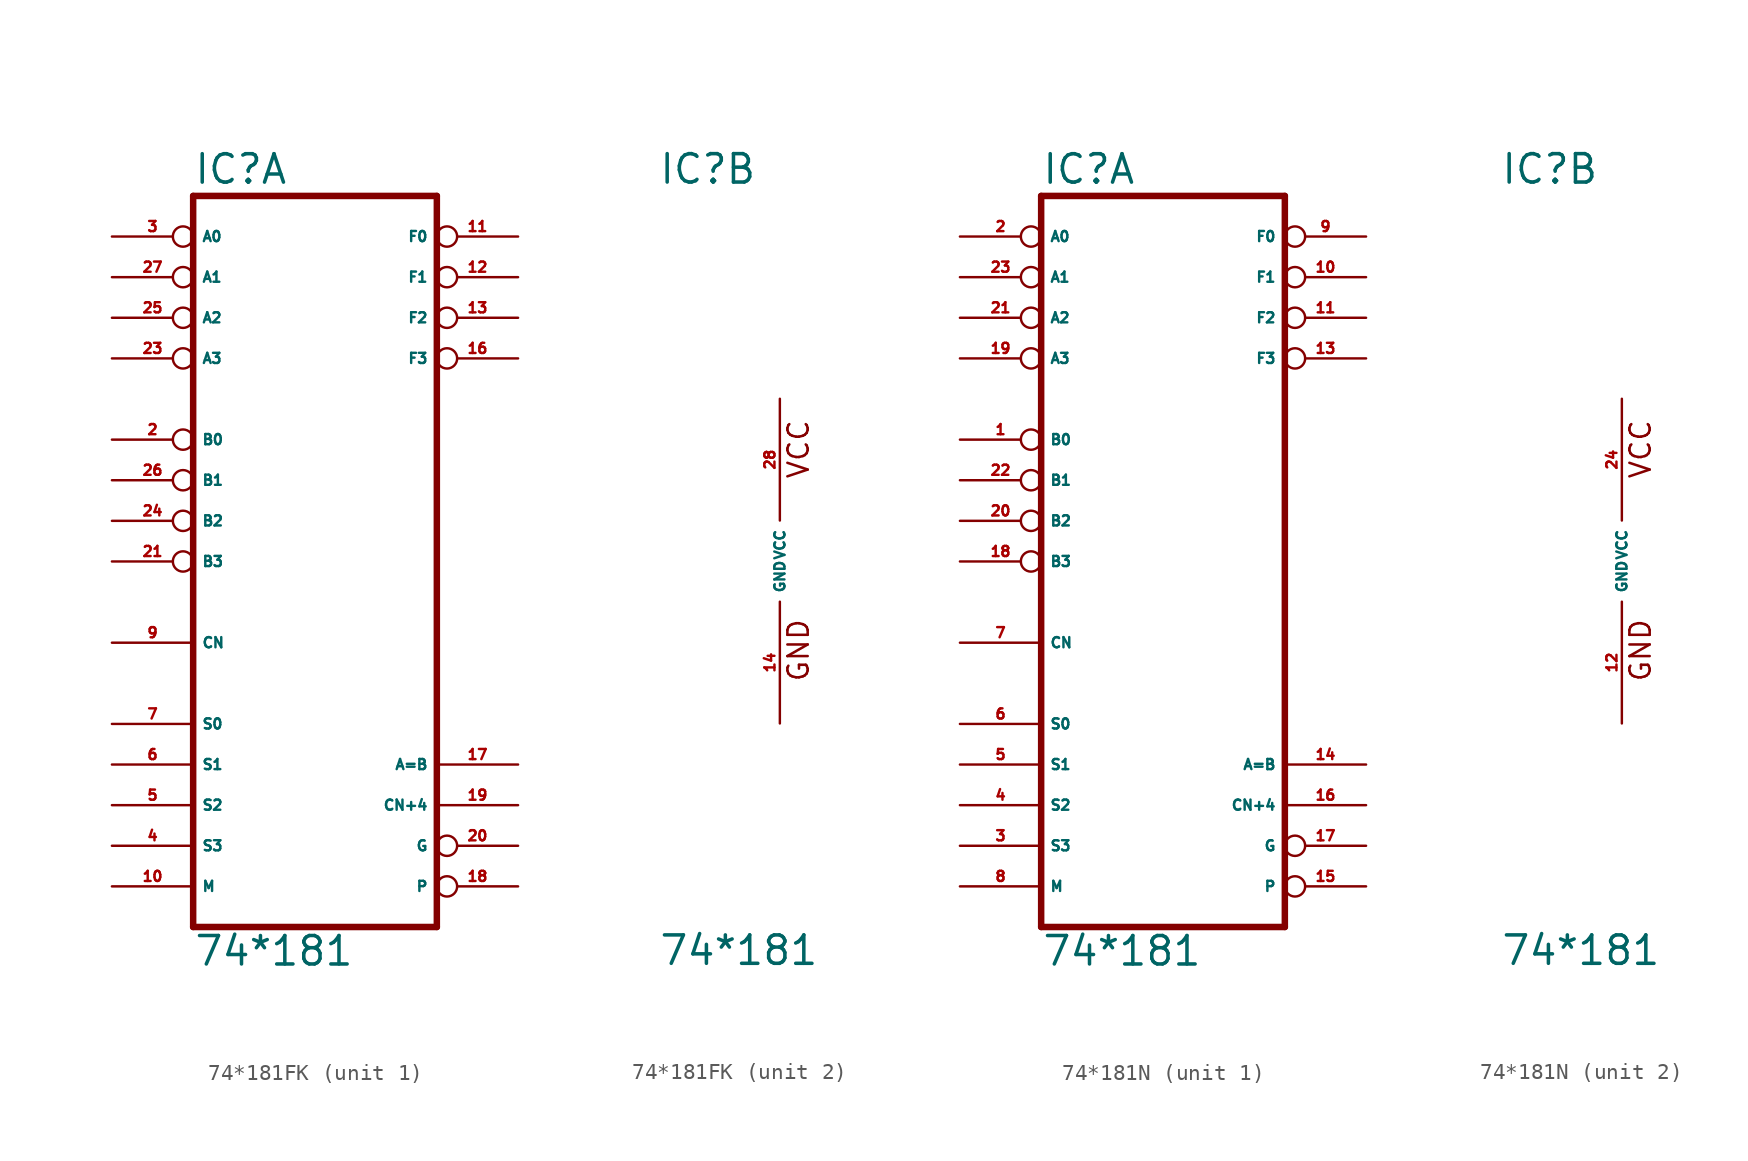
<source format=kicad_sym>
(kicad_symbol_lib
  (version 20220914)
  (generator Eagle2Kicad)
  (symbol "74*181FK"
    (property "Reference" "IC"
      (at -7.62 23.495 0)
      (effects (font (size 1.778 1.778) (thickness 0.22)) (justify left bottom)))
    (property "Value" "74*181"
      (at -7.62 -25.4 0)
      (effects (font (size 1.778 1.778) (thickness 0.22)) (justify left bottom)))
    (symbol "74*181FK_1_0"
      (polyline (pts (xy -7.62 -22.86) (xy 7.62 -22.86)) (stroke (width 0.406) (type default)) (fill (type none)))
      (polyline (pts (xy 7.62 -22.86) (xy 7.62 22.86)) (stroke (width 0.406) (type default)) (fill (type none)))
      (polyline (pts (xy 7.62 22.86) (xy -7.62 22.86)) (stroke (width 0.406) (type default)) (fill (type none)))
      (polyline (pts (xy -7.62 22.86) (xy -7.62 -22.86)) (stroke (width 0.406) (type default)) (fill (type none)))
      (pin input inverted (at -12.7 7.62 0) (length 5.08) (name "B0" (effects (font (size 0.635 0.635) (thickness 0.08)) (justify left bottom))) (number "2" (effects (font (size 0.635 0.635) (thickness 0.08)) (justify left bottom))))
      (pin input inverted (at -12.7 20.32 0) (length 5.08) (name "A0" (effects (font (size 0.635 0.635) (thickness 0.08)) (justify left bottom))) (number "3" (effects (font (size 0.635 0.635) (thickness 0.08)) (justify left bottom))))
      (pin input line (at -12.7 -17.78 0) (length 5.08) (name "S3" (effects (font (size 0.635 0.635) (thickness 0.08)) (justify left bottom))) (number "4" (effects (font (size 0.635 0.635) (thickness 0.08)) (justify left bottom))))
      (pin input line (at -12.7 -15.24 0) (length 5.08) (name "S2" (effects (font (size 0.635 0.635) (thickness 0.08)) (justify left bottom))) (number "5" (effects (font (size 0.635 0.635) (thickness 0.08)) (justify left bottom))))
      (pin input line (at -12.7 -12.7 0) (length 5.08) (name "S1" (effects (font (size 0.635 0.635) (thickness 0.08)) (justify left bottom))) (number "6" (effects (font (size 0.635 0.635) (thickness 0.08)) (justify left bottom))))
      (pin input line (at -12.7 -10.16 0) (length 5.08) (name "S0" (effects (font (size 0.635 0.635) (thickness 0.08)) (justify left bottom))) (number "7" (effects (font (size 0.635 0.635) (thickness 0.08)) (justify left bottom))))
      (pin input line (at -12.7 -5.08 0) (length 5.08) (name "CN" (effects (font (size 0.635 0.635) (thickness 0.08)) (justify left bottom))) (number "9" (effects (font (size 0.635 0.635) (thickness 0.08)) (justify left bottom))))
      (pin input line (at -12.7 -20.32 0) (length 5.08) (name "M" (effects (font (size 0.635 0.635) (thickness 0.08)) (justify left bottom))) (number "10" (effects (font (size 0.635 0.635) (thickness 0.08)) (justify left bottom))))
      (pin output inverted (at 12.7 20.32 180) (length 5.08) (name "F0" (effects (font (size 0.635 0.635) (thickness 0.08)) (justify left bottom))) (number "11" (effects (font (size 0.635 0.635) (thickness 0.08)) (justify left bottom))))
      (pin output inverted (at 12.7 17.78 180) (length 5.08) (name "F1" (effects (font (size 0.635 0.635) (thickness 0.08)) (justify left bottom))) (number "12" (effects (font (size 0.635 0.635) (thickness 0.08)) (justify left bottom))))
      (pin output inverted (at 12.7 15.24 180) (length 5.08) (name "F2" (effects (font (size 0.635 0.635) (thickness 0.08)) (justify left bottom))) (number "13" (effects (font (size 0.635 0.635) (thickness 0.08)) (justify left bottom))))
      (pin output inverted (at 12.7 12.7 180) (length 5.08) (name "F3" (effects (font (size 0.635 0.635) (thickness 0.08)) (justify left bottom))) (number "16" (effects (font (size 0.635 0.635) (thickness 0.08)) (justify left bottom))))
      (pin output line (at 12.7 -12.7 180) (length 5.08) (name "A=B" (effects (font (size 0.635 0.635) (thickness 0.08)) (justify left bottom))) (number "17" (effects (font (size 0.635 0.635) (thickness 0.08)) (justify left bottom))))
      (pin output inverted (at 12.7 -20.32 180) (length 5.08) (name "P" (effects (font (size 0.635 0.635) (thickness 0.08)) (justify left bottom))) (number "18" (effects (font (size 0.635 0.635) (thickness 0.08)) (justify left bottom))))
      (pin output line (at 12.7 -15.24 180) (length 5.08) (name "CN+4" (effects (font (size 0.635 0.635) (thickness 0.08)) (justify left bottom))) (number "19" (effects (font (size 0.635 0.635) (thickness 0.08)) (justify left bottom))))
      (pin output inverted (at 12.7 -17.78 180) (length 5.08) (name "G" (effects (font (size 0.635 0.635) (thickness 0.08)) (justify left bottom))) (number "20" (effects (font (size 0.635 0.635) (thickness 0.08)) (justify left bottom))))
      (pin input inverted (at -12.7 0 0) (length 5.08) (name "B3" (effects (font (size 0.635 0.635) (thickness 0.08)) (justify left bottom))) (number "21" (effects (font (size 0.635 0.635) (thickness 0.08)) (justify left bottom))))
      (pin input inverted (at -12.7 12.7 0) (length 5.08) (name "A3" (effects (font (size 0.635 0.635) (thickness 0.08)) (justify left bottom))) (number "23" (effects (font (size 0.635 0.635) (thickness 0.08)) (justify left bottom))))
      (pin input inverted (at -12.7 2.54 0) (length 5.08) (name "B2" (effects (font (size 0.635 0.635) (thickness 0.08)) (justify left bottom))) (number "24" (effects (font (size 0.635 0.635) (thickness 0.08)) (justify left bottom))))
      (pin input inverted (at -12.7 15.24 0) (length 5.08) (name "A2" (effects (font (size 0.635 0.635) (thickness 0.08)) (justify left bottom))) (number "25" (effects (font (size 0.635 0.635) (thickness 0.08)) (justify left bottom))))
      (pin input inverted (at -12.7 5.08 0) (length 5.08) (name "B1" (effects (font (size 0.635 0.635) (thickness 0.08)) (justify left bottom))) (number "26" (effects (font (size 0.635 0.635) (thickness 0.08)) (justify left bottom))))
      (pin input inverted (at -12.7 17.78 0) (length 5.08) (name "A1" (effects (font (size 0.635 0.635) (thickness 0.08)) (justify left bottom))) (number "27" (effects (font (size 0.635 0.635) (thickness 0.08)) (justify left bottom)))))
    (symbol "74*181FK_2_0"
      (text "GND" (at 1.905 -7.62 900) (effects (font (size 1.27 1.27) (thickness 0.16)) (justify left bottom)))
      (text "VCC" (at 1.905 5.08 900) (effects (font (size 1.27 1.27) (thickness 0.16)) (justify left bottom)))
      (pin unspecified line (at 0 -10.16 90) (length 7.62) (name "GND" (effects (font (size 0.635 0.635) (thickness 0.08)) (justify left bottom))) (number "14" (effects (font (size 0.635 0.635) (thickness 0.08)) (justify left bottom))))
      (pin unspecified line (at 0 10.16 270) (length 7.62) (name "VCC" (effects (font (size 0.635 0.635) (thickness 0.08)) (justify left bottom))) (number "28" (effects (font (size 0.635 0.635) (thickness 0.08)) (justify left bottom))))))
  (symbol "74*181N"
    (property "Reference" "IC"
      (at -7.62 23.495 0)
      (effects (font (size 1.778 1.778) (thickness 0.22)) (justify left bottom)))
    (property "Value" "74*181"
      (at -7.62 -25.4 0)
      (effects (font (size 1.778 1.778) (thickness 0.22)) (justify left bottom)))
    (symbol "74*181N_1_0"
      (polyline (pts (xy -7.62 -22.86) (xy 7.62 -22.86)) (stroke (width 0.406) (type default)) (fill (type none)))
      (polyline (pts (xy 7.62 -22.86) (xy 7.62 22.86)) (stroke (width 0.406) (type default)) (fill (type none)))
      (polyline (pts (xy 7.62 22.86) (xy -7.62 22.86)) (stroke (width 0.406) (type default)) (fill (type none)))
      (polyline (pts (xy -7.62 22.86) (xy -7.62 -22.86)) (stroke (width 0.406) (type default)) (fill (type none)))
      (pin input inverted (at -12.7 7.62 0) (length 5.08) (name "B0" (effects (font (size 0.635 0.635) (thickness 0.08)) (justify left bottom))) (number "1" (effects (font (size 0.635 0.635) (thickness 0.08)) (justify left bottom))))
      (pin input inverted (at -12.7 20.32 0) (length 5.08) (name "A0" (effects (font (size 0.635 0.635) (thickness 0.08)) (justify left bottom))) (number "2" (effects (font (size 0.635 0.635) (thickness 0.08)) (justify left bottom))))
      (pin input line (at -12.7 -17.78 0) (length 5.08) (name "S3" (effects (font (size 0.635 0.635) (thickness 0.08)) (justify left bottom))) (number "3" (effects (font (size 0.635 0.635) (thickness 0.08)) (justify left bottom))))
      (pin input line (at -12.7 -15.24 0) (length 5.08) (name "S2" (effects (font (size 0.635 0.635) (thickness 0.08)) (justify left bottom))) (number "4" (effects (font (size 0.635 0.635) (thickness 0.08)) (justify left bottom))))
      (pin input line (at -12.7 -12.7 0) (length 5.08) (name "S1" (effects (font (size 0.635 0.635) (thickness 0.08)) (justify left bottom))) (number "5" (effects (font (size 0.635 0.635) (thickness 0.08)) (justify left bottom))))
      (pin input line (at -12.7 -10.16 0) (length 5.08) (name "S0" (effects (font (size 0.635 0.635) (thickness 0.08)) (justify left bottom))) (number "6" (effects (font (size 0.635 0.635) (thickness 0.08)) (justify left bottom))))
      (pin input line (at -12.7 -5.08 0) (length 5.08) (name "CN" (effects (font (size 0.635 0.635) (thickness 0.08)) (justify left bottom))) (number "7" (effects (font (size 0.635 0.635) (thickness 0.08)) (justify left bottom))))
      (pin input line (at -12.7 -20.32 0) (length 5.08) (name "M" (effects (font (size 0.635 0.635) (thickness 0.08)) (justify left bottom))) (number "8" (effects (font (size 0.635 0.635) (thickness 0.08)) (justify left bottom))))
      (pin output inverted (at 12.7 20.32 180) (length 5.08) (name "F0" (effects (font (size 0.635 0.635) (thickness 0.08)) (justify left bottom))) (number "9" (effects (font (size 0.635 0.635) (thickness 0.08)) (justify left bottom))))
      (pin output inverted (at 12.7 17.78 180) (length 5.08) (name "F1" (effects (font (size 0.635 0.635) (thickness 0.08)) (justify left bottom))) (number "10" (effects (font (size 0.635 0.635) (thickness 0.08)) (justify left bottom))))
      (pin output inverted (at 12.7 15.24 180) (length 5.08) (name "F2" (effects (font (size 0.635 0.635) (thickness 0.08)) (justify left bottom))) (number "11" (effects (font (size 0.635 0.635) (thickness 0.08)) (justify left bottom))))
      (pin output inverted (at 12.7 12.7 180) (length 5.08) (name "F3" (effects (font (size 0.635 0.635) (thickness 0.08)) (justify left bottom))) (number "13" (effects (font (size 0.635 0.635) (thickness 0.08)) (justify left bottom))))
      (pin output line (at 12.7 -12.7 180) (length 5.08) (name "A=B" (effects (font (size 0.635 0.635) (thickness 0.08)) (justify left bottom))) (number "14" (effects (font (size 0.635 0.635) (thickness 0.08)) (justify left bottom))))
      (pin output inverted (at 12.7 -20.32 180) (length 5.08) (name "P" (effects (font (size 0.635 0.635) (thickness 0.08)) (justify left bottom))) (number "15" (effects (font (size 0.635 0.635) (thickness 0.08)) (justify left bottom))))
      (pin output line (at 12.7 -15.24 180) (length 5.08) (name "CN+4" (effects (font (size 0.635 0.635) (thickness 0.08)) (justify left bottom))) (number "16" (effects (font (size 0.635 0.635) (thickness 0.08)) (justify left bottom))))
      (pin output inverted (at 12.7 -17.78 180) (length 5.08) (name "G" (effects (font (size 0.635 0.635) (thickness 0.08)) (justify left bottom))) (number "17" (effects (font (size 0.635 0.635) (thickness 0.08)) (justify left bottom))))
      (pin input inverted (at -12.7 0 0) (length 5.08) (name "B3" (effects (font (size 0.635 0.635) (thickness 0.08)) (justify left bottom))) (number "18" (effects (font (size 0.635 0.635) (thickness 0.08)) (justify left bottom))))
      (pin input inverted (at -12.7 12.7 0) (length 5.08) (name "A3" (effects (font (size 0.635 0.635) (thickness 0.08)) (justify left bottom))) (number "19" (effects (font (size 0.635 0.635) (thickness 0.08)) (justify left bottom))))
      (pin input inverted (at -12.7 2.54 0) (length 5.08) (name "B2" (effects (font (size 0.635 0.635) (thickness 0.08)) (justify left bottom))) (number "20" (effects (font (size 0.635 0.635) (thickness 0.08)) (justify left bottom))))
      (pin input inverted (at -12.7 15.24 0) (length 5.08) (name "A2" (effects (font (size 0.635 0.635) (thickness 0.08)) (justify left bottom))) (number "21" (effects (font (size 0.635 0.635) (thickness 0.08)) (justify left bottom))))
      (pin input inverted (at -12.7 5.08 0) (length 5.08) (name "B1" (effects (font (size 0.635 0.635) (thickness 0.08)) (justify left bottom))) (number "22" (effects (font (size 0.635 0.635) (thickness 0.08)) (justify left bottom))))
      (pin input inverted (at -12.7 17.78 0) (length 5.08) (name "A1" (effects (font (size 0.635 0.635) (thickness 0.08)) (justify left bottom))) (number "23" (effects (font (size 0.635 0.635) (thickness 0.08)) (justify left bottom)))))
    (symbol "74*181N_2_0"
      (text "GND" (at 1.905 -7.62 900) (effects (font (size 1.27 1.27) (thickness 0.16)) (justify left bottom)))
      (text "VCC" (at 1.905 5.08 900) (effects (font (size 1.27 1.27) (thickness 0.16)) (justify left bottom)))
      (pin unspecified line (at 0 -10.16 90) (length 7.62) (name "GND" (effects (font (size 0.635 0.635) (thickness 0.08)) (justify left bottom))) (number "12" (effects (font (size 0.635 0.635) (thickness 0.08)) (justify left bottom))))
      (pin unspecified line (at 0 10.16 270) (length 7.62) (name "VCC" (effects (font (size 0.635 0.635) (thickness 0.08)) (justify left bottom))) (number "24" (effects (font (size 0.635 0.635) (thickness 0.08)) (justify left bottom)))))))
</source>
